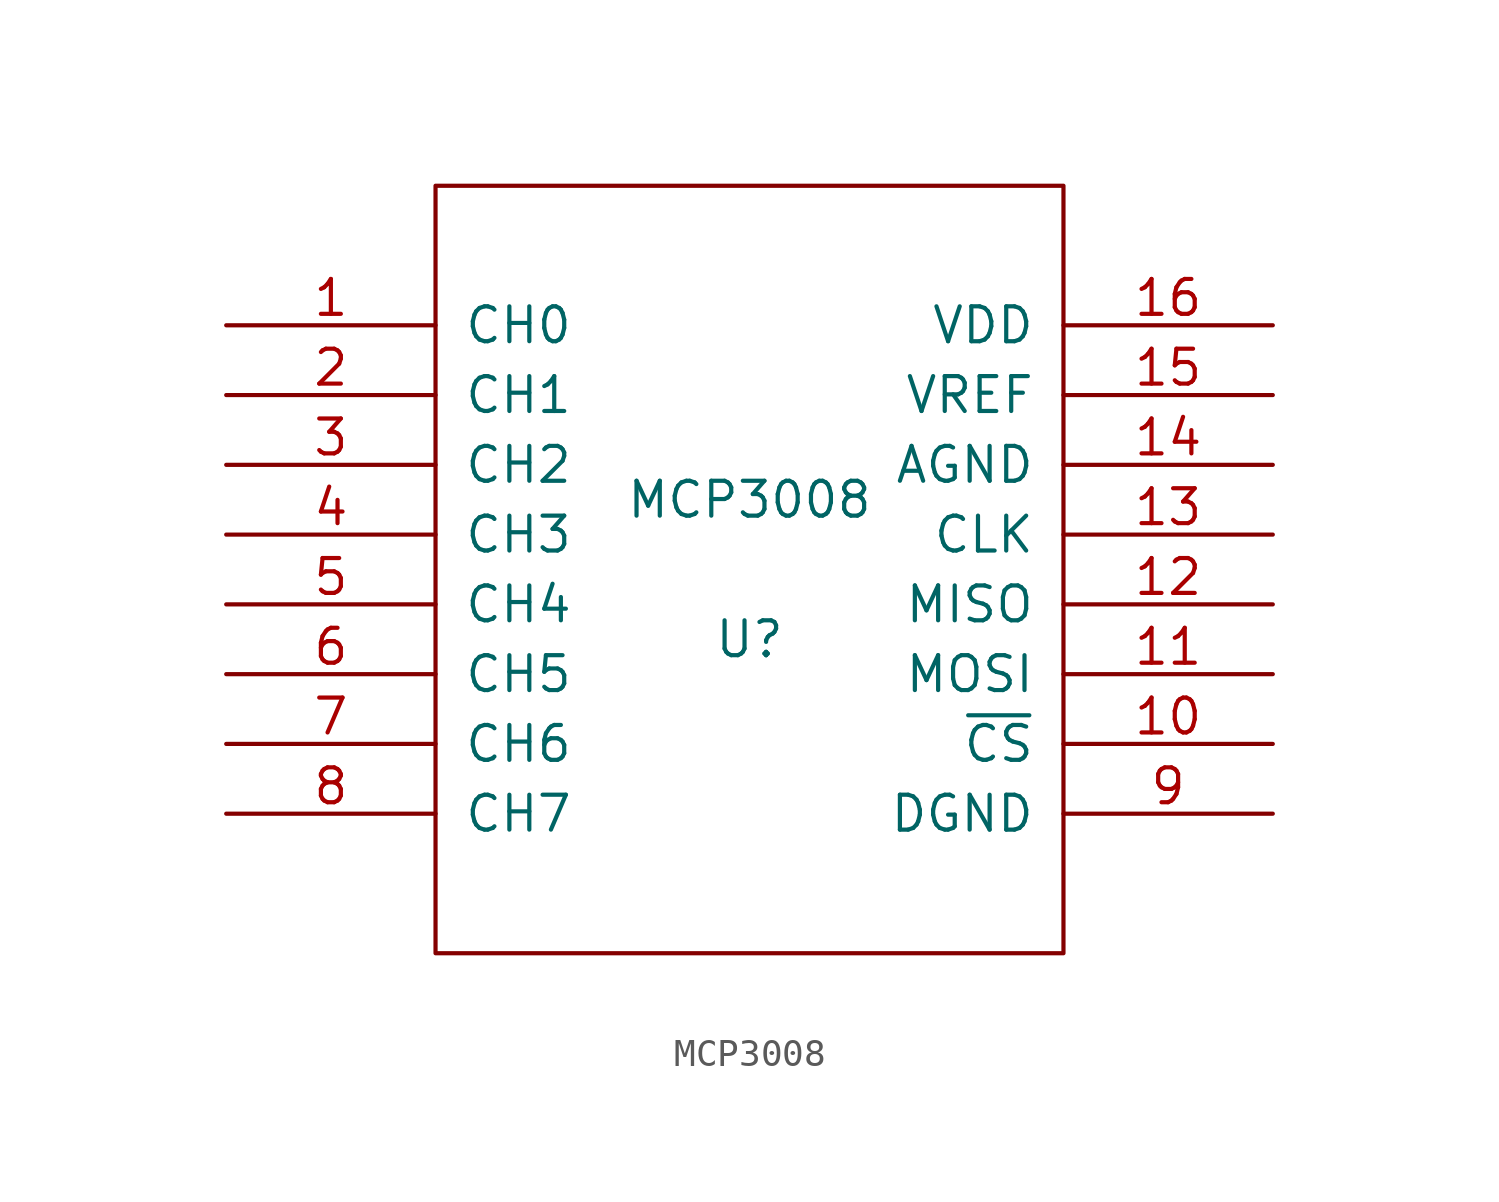
<source format=kicad_sym>
(kicad_symbol_lib
  (version 20220914)
  (generator kicad_symbol_editor)
  (symbol "MCP3008"
    (pin_names
      (offset 1.016))
    (property "Reference" "U"
      (at 0 -2.54 0)
      (effects (font (size 1.27 1.27))))
    (property "Value" "MCP3008"
      (at 0 2.54 0)
      (effects (font (size 1.27 1.27))))
    (symbol "MCP3008_1_0"
      (rectangle (start -11.43 -13.97) (end 11.43 13.97) (stroke (width 0) (type solid)) (fill (type none))))
    (symbol "MCP3008_1_1"
      (pin input line (at -19.05 8.89 0) (length 7.62) (name "CH0" (effects (font (size 1.27 1.27)))) (number "1" (effects (font (size 1.27 1.27)))))
      (pin input line (at 19.05 -6.35 180) (length 7.62) (name "~{CS}" (effects (font (size 1.27 1.27)))) (number "10" (effects (font (size 1.27 1.27)))))
      (pin input line (at 19.05 -3.81 180) (length 7.62) (name "MOSI" (effects (font (size 1.27 1.27)))) (number "11" (effects (font (size 1.27 1.27)))))
      (pin output line (at 19.05 -1.27 180) (length 7.62) (name "MISO" (effects (font (size 1.27 1.27)))) (number "12" (effects (font (size 1.27 1.27)))))
      (pin input line (at 19.05 1.27 180) (length 7.62) (name "CLK" (effects (font (size 1.27 1.27)))) (number "13" (effects (font (size 1.27 1.27)))))
      (pin power_in line (at 19.05 3.81 180) (length 7.62) (name "AGND" (effects (font (size 1.27 1.27)))) (number "14" (effects (font (size 1.27 1.27)))))
      (pin power_in line (at 19.05 6.35 180) (length 7.62) (name "VREF" (effects (font (size 1.27 1.27)))) (number "15" (effects (font (size 1.27 1.27)))))
      (pin power_in line (at 19.05 8.89 180) (length 7.62) (name "VDD" (effects (font (size 1.27 1.27)))) (number "16" (effects (font (size 1.27 1.27)))))
      (pin input line (at -19.05 6.35 0) (length 7.62) (name "CH1" (effects (font (size 1.27 1.27)))) (number "2" (effects (font (size 1.27 1.27)))))
      (pin input line (at -19.05 3.81 0) (length 7.62) (name "CH2" (effects (font (size 1.27 1.27)))) (number "3" (effects (font (size 1.27 1.27)))))
      (pin input line (at -19.05 1.27 0) (length 7.62) (name "CH3" (effects (font (size 1.27 1.27)))) (number "4" (effects (font (size 1.27 1.27)))))
      (pin input line (at -19.05 -1.27 0) (length 7.62) (name "CH4" (effects (font (size 1.27 1.27)))) (number "5" (effects (font (size 1.27 1.27)))))
      (pin input line (at -19.05 -3.81 0) (length 7.62) (name "CH5" (effects (font (size 1.27 1.27)))) (number "6" (effects (font (size 1.27 1.27)))))
      (pin input line (at -19.05 -6.35 0) (length 7.62) (name "CH6" (effects (font (size 1.27 1.27)))) (number "7" (effects (font (size 1.27 1.27)))))
      (pin input line (at -19.05 -8.89 0) (length 7.62) (name "CH7" (effects (font (size 1.27 1.27)))) (number "8" (effects (font (size 1.27 1.27)))))
      (pin power_in line (at 19.05 -8.89 180) (length 7.62) (name "DGND" (effects (font (size 1.27 1.27)))) (number "9" (effects (font (size 1.27 1.27))))))))
</source>
